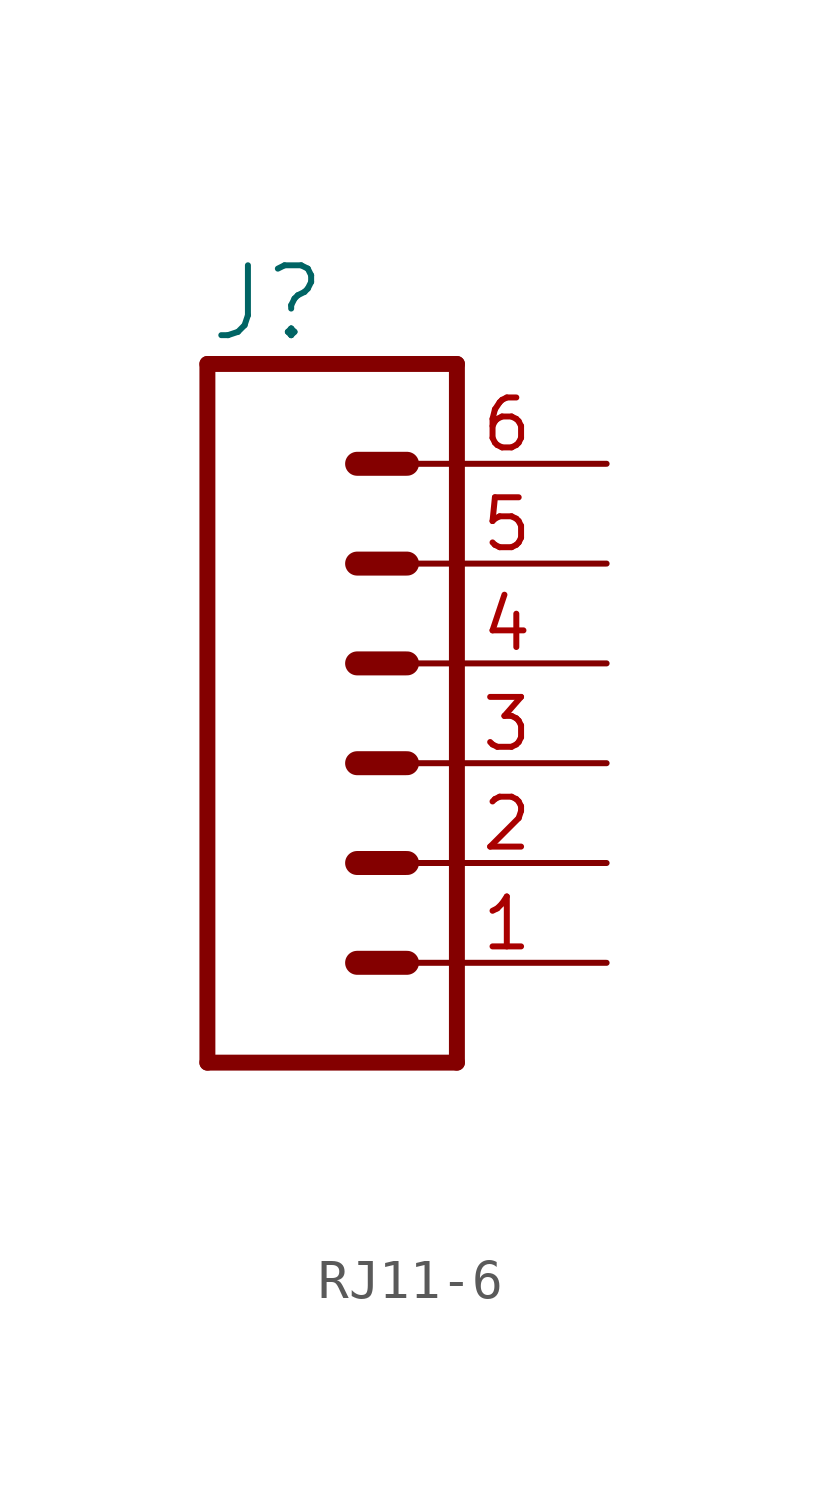
<source format=kicad_sym>
(kicad_symbol_lib
  (version 20231120)
  (generator "kicad_symbol_editor")
  (generator_version "8.0")
  (symbol "RJ11-6"
    (property "Reference" "J"
      (at -5.08 10.668 0)
      (effects (font (size 1.778 1.778)) (justify left bottom)))
    (property "Value" ""
      (at -5.08 -9.906 0)
      (effects (font (size 1.778 1.778)) (justify left bottom)))
    (property "ki_locked" ""
      (at 0 0 0)
      (effects (font (size 1.27 1.27))))
    (symbol "RJ11-6_1_0"
      (polyline (pts (xy -5.08 10.16) (xy -5.08 -7.62)) (stroke (width 0.406) (type solid)) (fill (type none)))
      (polyline (pts (xy -5.08 10.16) (xy 1.27 10.16)) (stroke (width 0.406) (type solid)) (fill (type none)))
      (polyline (pts (xy -1.27 -5.08) (xy 0 -5.08)) (stroke (width 0.61) (type solid)) (fill (type none)))
      (polyline (pts (xy -1.27 -2.54) (xy 0 -2.54)) (stroke (width 0.61) (type solid)) (fill (type none)))
      (polyline (pts (xy -1.27 0) (xy 0 0)) (stroke (width 0.61) (type solid)) (fill (type none)))
      (polyline (pts (xy -1.27 2.54) (xy 0 2.54)) (stroke (width 0.61) (type solid)) (fill (type none)))
      (polyline (pts (xy -1.27 5.08) (xy 0 5.08)) (stroke (width 0.61) (type solid)) (fill (type none)))
      (polyline (pts (xy -1.27 7.62) (xy 0 7.62)) (stroke (width 0.61) (type solid)) (fill (type none)))
      (polyline (pts (xy 1.27 -7.62) (xy -5.08 -7.62)) (stroke (width 0.406) (type solid)) (fill (type none)))
      (polyline (pts (xy 1.27 -7.62) (xy 1.27 10.16)) (stroke (width 0.406) (type solid)) (fill (type none)))
      (pin passive line (at 5.08 -5.08 180) (length 5.08) (name "1" (effects (font (size 0 0)))) (number "1" (effects (font (size 1.27 1.27)))))
      (pin passive line (at 5.08 -2.54 180) (length 5.08) (name "2" (effects (font (size 0 0)))) (number "2" (effects (font (size 1.27 1.27)))))
      (pin passive line (at 5.08 0 180) (length 5.08) (name "3" (effects (font (size 0 0)))) (number "3" (effects (font (size 1.27 1.27)))))
      (pin passive line (at 5.08 2.54 180) (length 5.08) (name "4" (effects (font (size 0 0)))) (number "4" (effects (font (size 1.27 1.27)))))
      (pin passive line (at 5.08 5.08 180) (length 5.08) (name "5" (effects (font (size 0 0)))) (number "5" (effects (font (size 1.27 1.27)))))
      (pin passive line (at 5.08 7.62 180) (length 5.08) (name "6" (effects (font (size 0 0)))) (number "6" (effects (font (size 1.27 1.27))))))))
</source>
